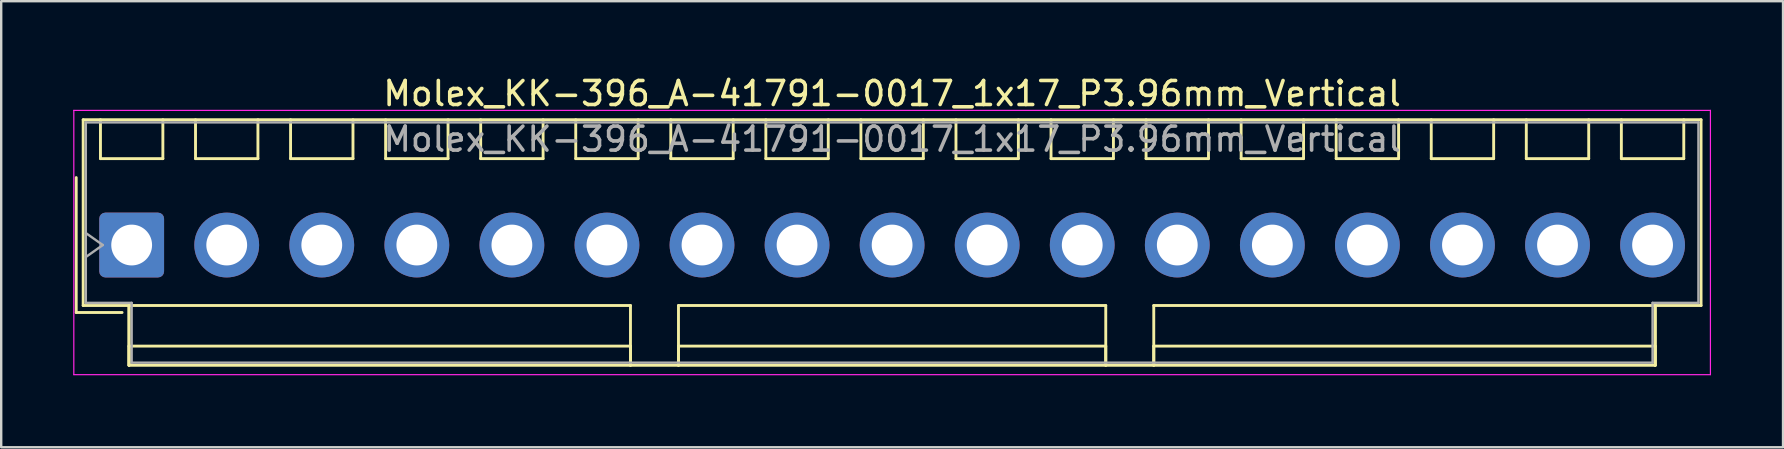
<source format=kicad_pcb>
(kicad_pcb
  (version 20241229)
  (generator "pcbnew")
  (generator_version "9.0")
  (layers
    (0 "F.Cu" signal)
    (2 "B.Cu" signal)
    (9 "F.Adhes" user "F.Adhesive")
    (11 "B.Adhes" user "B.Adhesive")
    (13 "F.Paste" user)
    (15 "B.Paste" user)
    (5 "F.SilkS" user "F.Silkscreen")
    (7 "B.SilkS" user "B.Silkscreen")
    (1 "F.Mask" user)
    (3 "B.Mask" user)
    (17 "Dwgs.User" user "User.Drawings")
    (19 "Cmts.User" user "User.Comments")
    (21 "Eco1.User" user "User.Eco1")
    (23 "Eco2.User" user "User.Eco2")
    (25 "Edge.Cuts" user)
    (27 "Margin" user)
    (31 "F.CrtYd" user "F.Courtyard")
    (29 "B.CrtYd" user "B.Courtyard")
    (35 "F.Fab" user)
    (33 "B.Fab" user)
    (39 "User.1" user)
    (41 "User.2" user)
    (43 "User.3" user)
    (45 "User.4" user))
  (footprint "Molex_KK-396_A-41791-0017_1x17_P3.96mm_Vertical"
    (layer "F.Cu")
    (at 2.435 7.158)
    (property "Reference" "Molex_KK-396_A-41791-0017_1x17_P3.96mm_Vertical" (at 31.68 -6.31 0) (layer "F.SilkS") (effects (font (size 1 1) (thickness 0.15))))
    (attr through_hole)
    (fp_line (start -2.31 -2.81) (end -2.31 2.81) (stroke (width 0.12) (type solid)) (layer "F.SilkS"))
    (fp_line (start -2.31 2.81) (end -0.4 2.81) (stroke (width 0.12) (type solid)) (layer "F.SilkS"))
    (fp_line (start -2.02 -5.22) (end 65.38 -5.22) (stroke (width 0.12) (type solid)) (layer "F.SilkS"))
    (fp_line (start -2.02 2.52) (end -2.02 -5.22) (stroke (width 0.12) (type solid)) (layer "F.SilkS"))
    (fp_line (start -1.3 -5.22) (end -1.3 -3.6) (stroke (width 0.12) (type solid)) (layer "F.SilkS"))
    (fp_line (start -1.3 -3.6) (end 1.3 -3.6) (stroke (width 0.12) (type solid)) (layer "F.SilkS"))
    (fp_line (start -0.11 2.52) (end -2.02 2.52) (stroke (width 0.12) (type solid)) (layer "F.SilkS"))
    (fp_line (start -0.11 2.52) (end 20.78 2.52) (stroke (width 0.12) (type solid)) (layer "F.SilkS"))
    (fp_line (start -0.11 4.21) (end 20.78 4.21) (stroke (width 0.12) (type solid)) (layer "F.SilkS"))
    (fp_line (start -0.11 5.01) (end -0.11 2.52) (stroke (width 0.12) (type solid)) (layer "F.SilkS"))
    (fp_line (start -0.11 5.01) (end -0.11 2.52) (stroke (width 0.12) (type solid)) (layer "F.SilkS"))
    (fp_line (start -0.11 5.01) (end -0.11 4.21) (stroke (width 0.12) (type solid)) (layer "F.SilkS"))
    (fp_line (start 1.3 -3.6) (end 1.3 -5.22) (stroke (width 0.12) (type solid)) (layer "F.SilkS"))
    (fp_line (start 2.66 -5.22) (end 2.66 -3.6) (stroke (width 0.12) (type solid)) (layer "F.SilkS"))
    (fp_line (start 2.66 -3.6) (end 5.26 -3.6) (stroke (width 0.12) (type solid)) (layer "F.SilkS"))
    (fp_line (start 5.26 -3.6) (end 5.26 -5.22) (stroke (width 0.12) (type solid)) (layer "F.SilkS"))
    (fp_line (start 6.62 -5.22) (end 6.62 -3.6) (stroke (width 0.12) (type solid)) (layer "F.SilkS"))
    (fp_line (start 6.62 -3.6) (end 9.22 -3.6) (stroke (width 0.12) (type solid)) (layer "F.SilkS"))
    (fp_line (start 9.22 -3.6) (end 9.22 -5.22) (stroke (width 0.12) (type solid)) (layer "F.SilkS"))
    (fp_line (start 10.58 -5.22) (end 10.58 -3.6) (stroke (width 0.12) (type solid)) (layer "F.SilkS"))
    (fp_line (start 10.58 -3.6) (end 13.18 -3.6) (stroke (width 0.12) (type solid)) (layer "F.SilkS"))
    (fp_line (start 13.18 -3.6) (end 13.18 -5.22) (stroke (width 0.12) (type solid)) (layer "F.SilkS"))
    (fp_line (start 14.54 -5.22) (end 14.54 -3.6) (stroke (width 0.12) (type solid)) (layer "F.SilkS"))
    (fp_line (start 14.54 -3.6) (end 17.14 -3.6) (stroke (width 0.12) (type solid)) (layer "F.SilkS"))
    (fp_line (start 17.14 -3.6) (end 17.14 -5.22) (stroke (width 0.12) (type solid)) (layer "F.SilkS"))
    (fp_line (start 18.5 -5.22) (end 18.5 -3.6) (stroke (width 0.12) (type solid)) (layer "F.SilkS"))
    (fp_line (start 18.5 -3.6) (end 21.1 -3.6) (stroke (width 0.12) (type solid)) (layer "F.SilkS"))
    (fp_line (start 20.78 2.52) (end 20.78 5.01) (stroke (width 0.12) (type solid)) (layer "F.SilkS"))
    (fp_line (start 20.78 4.21) (end 20.78 5.01) (stroke (width 0.12) (type solid)) (layer "F.SilkS"))
    (fp_line (start 21.1 -3.6) (end 21.1 -5.22) (stroke (width 0.12) (type solid)) (layer "F.SilkS"))
    (fp_line (start 22.46 -5.22) (end 22.46 -3.6) (stroke (width 0.12) (type solid)) (layer "F.SilkS"))
    (fp_line (start 22.46 -3.6) (end 25.06 -3.6) (stroke (width 0.12) (type solid)) (layer "F.SilkS"))
    (fp_line (start 22.78 2.52) (end 40.58 2.52) (stroke (width 0.12) (type solid)) (layer "F.SilkS"))
    (fp_line (start 22.78 4.21) (end 40.58 4.21) (stroke (width 0.12) (type solid)) (layer "F.SilkS"))
    (fp_line (start 22.78 5.01) (end 22.78 2.52) (stroke (width 0.12) (type solid)) (layer "F.SilkS"))
    (fp_line (start 22.78 5.01) (end 22.78 4.21) (stroke (width 0.12) (type solid)) (layer "F.SilkS"))
    (fp_line (start 25.06 -3.6) (end 25.06 -5.22) (stroke (width 0.12) (type solid)) (layer "F.SilkS"))
    (fp_line (start 26.42 -5.22) (end 26.42 -3.6) (stroke (width 0.12) (type solid)) (layer "F.SilkS"))
    (fp_line (start 26.42 -3.6) (end 29.02 -3.6) (stroke (width 0.12) (type solid)) (layer "F.SilkS"))
    (fp_line (start 29.02 -3.6) (end 29.02 -5.22) (stroke (width 0.12) (type solid)) (layer "F.SilkS"))
    (fp_line (start 30.38 -5.22) (end 30.38 -3.6) (stroke (width 0.12) (type solid)) (layer "F.SilkS"))
    (fp_line (start 30.38 -3.6) (end 32.98 -3.6) (stroke (width 0.12) (type solid)) (layer "F.SilkS"))
    (fp_line (start 32.98 -3.6) (end 32.98 -5.22) (stroke (width 0.12) (type solid)) (layer "F.SilkS"))
    (fp_line (start 34.34 -5.22) (end 34.34 -3.6) (stroke (width 0.12) (type solid)) (layer "F.SilkS"))
    (fp_line (start 34.34 -3.6) (end 36.94 -3.6) (stroke (width 0.12) (type solid)) (layer "F.SilkS"))
    (fp_line (start 36.94 -3.6) (end 36.94 -5.22) (stroke (width 0.12) (type solid)) (layer "F.SilkS"))
    (fp_line (start 38.3 -5.22) (end 38.3 -3.6) (stroke (width 0.12) (type solid)) (layer "F.SilkS"))
    (fp_line (start 38.3 -3.6) (end 40.9 -3.6) (stroke (width 0.12) (type solid)) (layer "F.SilkS"))
    (fp_line (start 40.58 2.52) (end 40.58 5.01) (stroke (width 0.12) (type solid)) (layer "F.SilkS"))
    (fp_line (start 40.58 4.21) (end 40.58 5.01) (stroke (width 0.12) (type solid)) (layer "F.SilkS"))
    (fp_line (start 40.9 -3.6) (end 40.9 -5.22) (stroke (width 0.12) (type solid)) (layer "F.SilkS"))
    (fp_line (start 42.26 -5.22) (end 42.26 -3.6) (stroke (width 0.12) (type solid)) (layer "F.SilkS"))
    (fp_line (start 42.26 -3.6) (end 44.86 -3.6) (stroke (width 0.12) (type solid)) (layer "F.SilkS"))
    (fp_line (start 42.58 2.52) (end 42.58 5.01) (stroke (width 0.12) (type solid)) (layer "F.SilkS"))
    (fp_line (start 42.58 4.21) (end 42.58 5.01) (stroke (width 0.12) (type solid)) (layer "F.SilkS"))
    (fp_line (start 44.86 -3.6) (end 44.86 -5.22) (stroke (width 0.12) (type solid)) (layer "F.SilkS"))
    (fp_line (start 46.22 -5.22) (end 46.22 -3.6) (stroke (width 0.12) (type solid)) (layer "F.SilkS"))
    (fp_line (start 46.22 -3.6) (end 48.82 -3.6) (stroke (width 0.12) (type solid)) (layer "F.SilkS"))
    (fp_line (start 48.82 -3.6) (end 48.82 -5.22) (stroke (width 0.12) (type solid)) (layer "F.SilkS"))
    (fp_line (start 50.18 -5.22) (end 50.18 -3.6) (stroke (width 0.12) (type solid)) (layer "F.SilkS"))
    (fp_line (start 50.18 -3.6) (end 52.78 -3.6) (stroke (width 0.12) (type solid)) (layer "F.SilkS"))
    (fp_line (start 52.78 -3.6) (end 52.78 -5.22) (stroke (width 0.12) (type solid)) (layer "F.SilkS"))
    (fp_line (start 54.14 -5.22) (end 54.14 -3.6) (stroke (width 0.12) (type solid)) (layer "F.SilkS"))
    (fp_line (start 54.14 -3.6) (end 56.74 -3.6) (stroke (width 0.12) (type solid)) (layer "F.SilkS"))
    (fp_line (start 56.74 -3.6) (end 56.74 -5.22) (stroke (width 0.12) (type solid)) (layer "F.SilkS"))
    (fp_line (start 58.1 -5.22) (end 58.1 -3.6) (stroke (width 0.12) (type solid)) (layer "F.SilkS"))
    (fp_line (start 58.1 -3.6) (end 60.7 -3.6) (stroke (width 0.12) (type solid)) (layer "F.SilkS"))
    (fp_line (start 60.7 -3.6) (end 60.7 -5.22) (stroke (width 0.12) (type solid)) (layer "F.SilkS"))
    (fp_line (start 62.06 -5.22) (end 62.06 -3.6) (stroke (width 0.12) (type solid)) (layer "F.SilkS"))
    (fp_line (start 62.06 -3.6) (end 64.66 -3.6) (stroke (width 0.12) (type solid)) (layer "F.SilkS"))
    (fp_line (start 63.47 2.52) (end 42.58 2.52) (stroke (width 0.12) (type solid)) (layer "F.SilkS"))
    (fp_line (start 63.47 2.52) (end 63.47 5.01) (stroke (width 0.12) (type solid)) (layer "F.SilkS"))
    (fp_line (start 63.47 4.21) (end 42.58 4.21) (stroke (width 0.12) (type solid)) (layer "F.SilkS"))
    (fp_line (start 63.47 5.01) (end -0.11 5.01) (stroke (width 0.12) (type solid)) (layer "F.SilkS"))
    (fp_line (start 63.47 5.01) (end 63.47 2.52) (stroke (width 0.12) (type solid)) (layer "F.SilkS"))
    (fp_line (start 63.47 5.01) (end 63.47 4.21) (stroke (width 0.12) (type solid)) (layer "F.SilkS"))
    (fp_line (start 64.66 -3.6) (end 64.66 -5.22) (stroke (width 0.12) (type solid)) (layer "F.SilkS"))
    (fp_line (start 65.38 -5.22) (end 65.38 2.52) (stroke (width 0.12) (type solid)) (layer "F.SilkS"))
    (fp_line (start 65.38 2.52) (end 63.47 2.52) (stroke (width 0.12) (type solid)) (layer "F.SilkS"))
    (fp_line (start -2.41 -5.61) (end -2.41 5.4) (stroke (width 0.05) (type solid)) (layer "F.CrtYd"))
    (fp_line (start -2.41 5.4) (end 65.77 5.4) (stroke (width 0.05) (type solid)) (layer "F.CrtYd"))
    (fp_line (start 65.77 -5.61) (end -2.41 -5.61) (stroke (width 0.05) (type solid)) (layer "F.CrtYd"))
    (fp_line (start 65.77 5.4) (end 65.77 -5.61) (stroke (width 0.05) (type solid)) (layer "F.CrtYd"))
    (fp_line (start -1.91 -5.11) (end 65.27 -5.11) (stroke (width 0.1) (type solid)) (layer "F.Fab"))
    (fp_line (start -1.91 -0.5) (end -1.203 0) (stroke (width 0.1) (type solid)) (layer "F.Fab"))
    (fp_line (start -1.91 2.41) (end -1.91 -5.11) (stroke (width 0.1) (type solid)) (layer "F.Fab"))
    (fp_line (start -1.203 0) (end -1.91 0.5) (stroke (width 0.1) (type solid)) (layer "F.Fab"))
    (fp_line (start 0 2.41) (end -1.91 2.41) (stroke (width 0.1) (type solid)) (layer "F.Fab"))
    (fp_line (start 0 4.9) (end 0 2.41) (stroke (width 0.1) (type solid)) (layer "F.Fab"))
    (fp_line (start 63.36 2.41) (end 63.36 4.9) (stroke (width 0.1) (type solid)) (layer "F.Fab"))
    (fp_line (start 63.36 4.9) (end 0 4.9) (stroke (width 0.1) (type solid)) (layer "F.Fab"))
    (fp_line (start 65.27 -5.11) (end 65.27 2.41) (stroke (width 0.1) (type solid)) (layer "F.Fab"))
    (fp_line (start 65.27 2.41) (end 63.36 2.41) (stroke (width 0.1) (type solid)) (layer "F.Fab"))
    (fp_text user "${REFERENCE}" (at 31.68 -4.41 0) (layer "F.Fab") (effects (font (size 1 1) (thickness 0.15))))
    (pad "1" thru_hole roundrect (at 0 0) (size 2.7 2.7) (drill 1.7) (layers "*.Cu" "*.Mask") (roundrect_rratio 0.093))
    (pad "2" thru_hole circle (at 3.96 0) (size 2.7 2.7) (drill 1.7) (layers "*.Cu" "*.Mask"))
    (pad "3" thru_hole circle (at 7.92 0) (size 2.7 2.7) (drill 1.7) (layers "*.Cu" "*.Mask"))
    (pad "4" thru_hole circle (at 11.88 0) (size 2.7 2.7) (drill 1.7) (layers "*.Cu" "*.Mask"))
    (pad "5" thru_hole circle (at 15.84 0) (size 2.7 2.7) (drill 1.7) (layers "*.Cu" "*.Mask"))
    (pad "6" thru_hole circle (at 19.8 0) (size 2.7 2.7) (drill 1.7) (layers "*.Cu" "*.Mask"))
    (pad "7" thru_hole circle (at 23.76 0) (size 2.7 2.7) (drill 1.7) (layers "*.Cu" "*.Mask"))
    (pad "8" thru_hole circle (at 27.72 0) (size 2.7 2.7) (drill 1.7) (layers "*.Cu" "*.Mask"))
    (pad "9" thru_hole circle (at 31.68 0) (size 2.7 2.7) (drill 1.7) (layers "*.Cu" "*.Mask"))
    (pad "10" thru_hole circle (at 35.64 0) (size 2.7 2.7) (drill 1.7) (layers "*.Cu" "*.Mask"))
    (pad "11" thru_hole circle (at 39.6 0) (size 2.7 2.7) (drill 1.7) (layers "*.Cu" "*.Mask"))
    (pad "12" thru_hole circle (at 43.56 0) (size 2.7 2.7) (drill 1.7) (layers "*.Cu" "*.Mask"))
    (pad "13" thru_hole circle (at 47.52 0) (size 2.7 2.7) (drill 1.7) (layers "*.Cu" "*.Mask"))
    (pad "14" thru_hole circle (at 51.48 0) (size 2.7 2.7) (drill 1.7) (layers "*.Cu" "*.Mask"))
    (pad "15" thru_hole circle (at 55.44 0) (size 2.7 2.7) (drill 1.7) (layers "*.Cu" "*.Mask"))
    (pad "16" thru_hole circle (at 59.4 0) (size 2.7 2.7) (drill 1.7) (layers "*.Cu" "*.Mask"))
    (pad "17" thru_hole circle (at 63.36 0) (size 2.7 2.7) (drill 1.7) (layers "*.Cu" "*.Mask")))
  (gr_rect
    (start -3 -3)
    (end 71.23 15.583)
    (stroke (width 0.1) (type default))
    (fill no)
    (layer "Edge.Cuts")))
</source>
